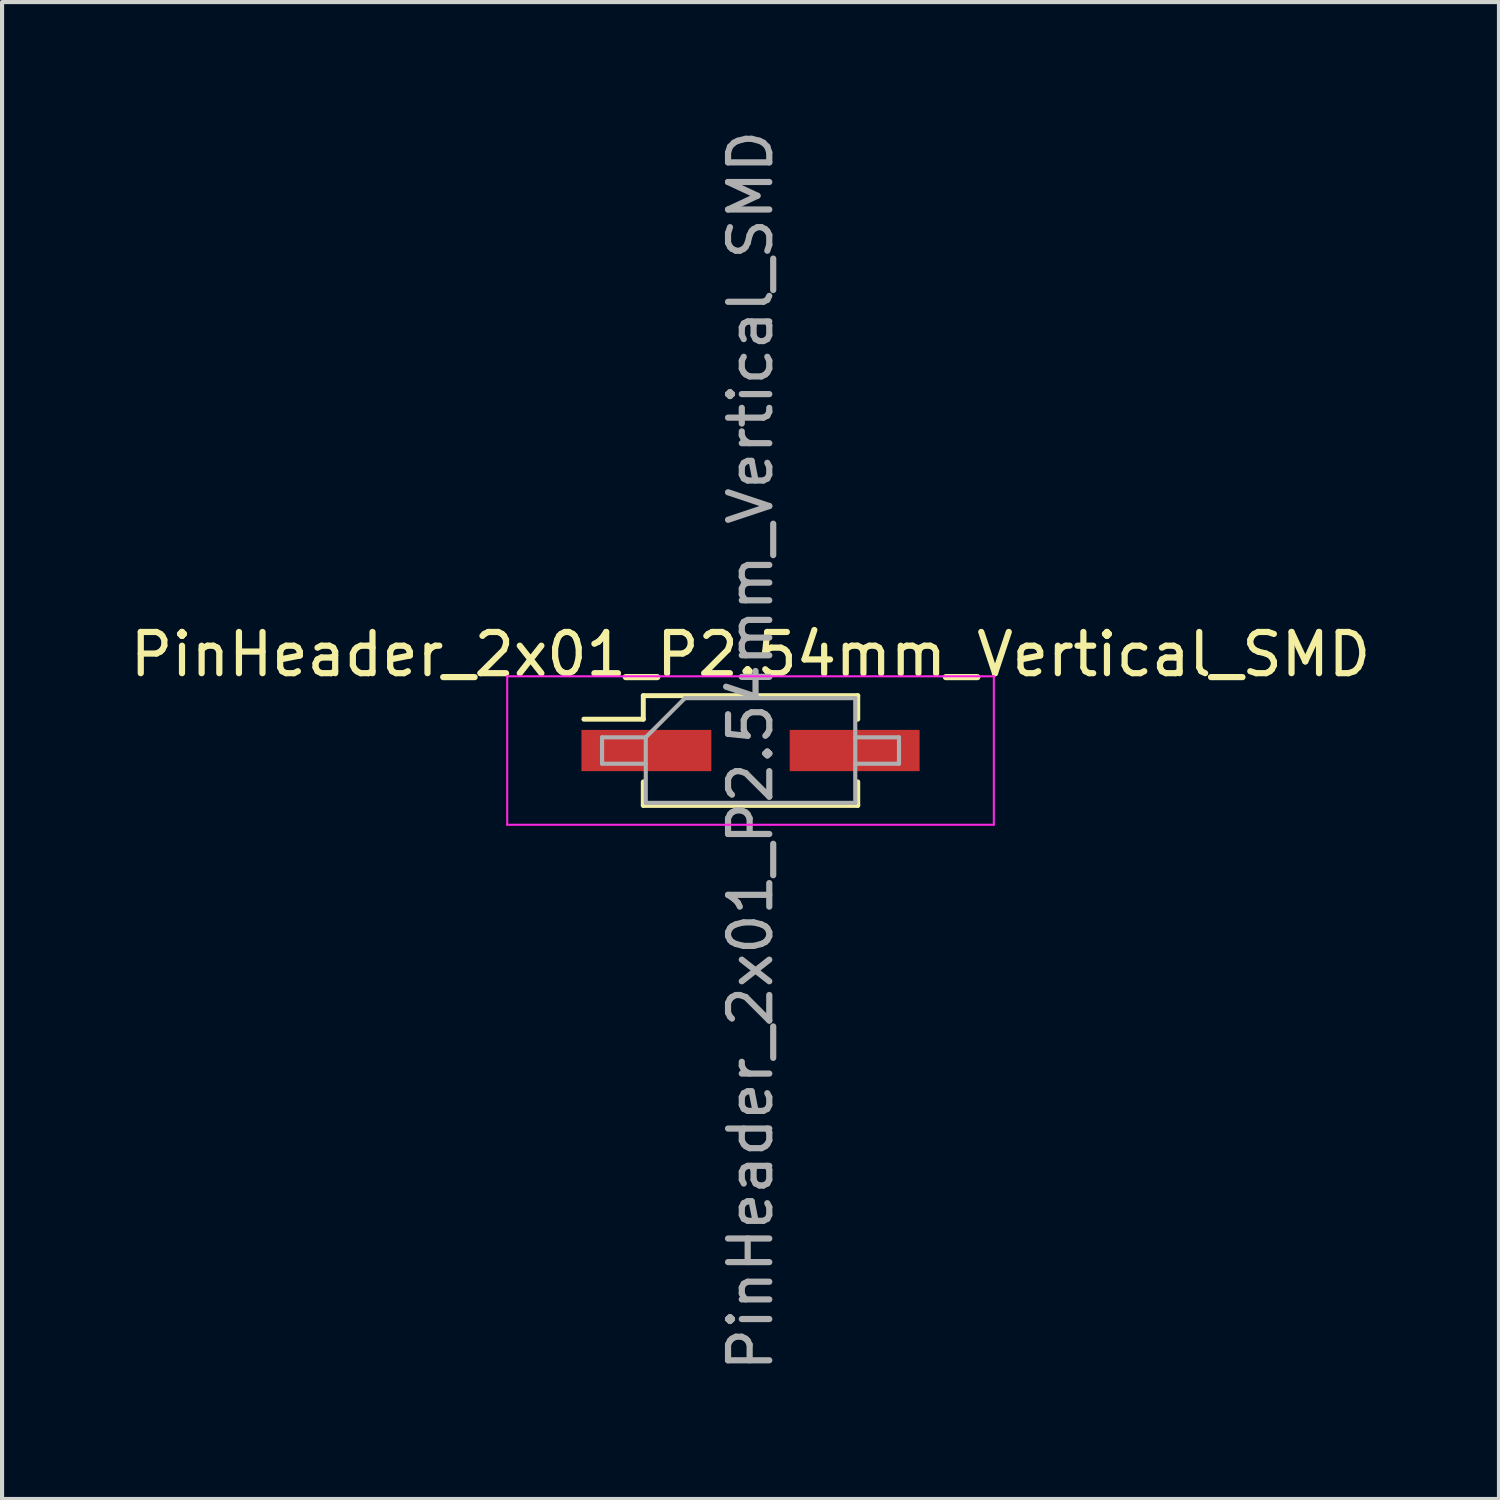
<source format=kicad_pcb>
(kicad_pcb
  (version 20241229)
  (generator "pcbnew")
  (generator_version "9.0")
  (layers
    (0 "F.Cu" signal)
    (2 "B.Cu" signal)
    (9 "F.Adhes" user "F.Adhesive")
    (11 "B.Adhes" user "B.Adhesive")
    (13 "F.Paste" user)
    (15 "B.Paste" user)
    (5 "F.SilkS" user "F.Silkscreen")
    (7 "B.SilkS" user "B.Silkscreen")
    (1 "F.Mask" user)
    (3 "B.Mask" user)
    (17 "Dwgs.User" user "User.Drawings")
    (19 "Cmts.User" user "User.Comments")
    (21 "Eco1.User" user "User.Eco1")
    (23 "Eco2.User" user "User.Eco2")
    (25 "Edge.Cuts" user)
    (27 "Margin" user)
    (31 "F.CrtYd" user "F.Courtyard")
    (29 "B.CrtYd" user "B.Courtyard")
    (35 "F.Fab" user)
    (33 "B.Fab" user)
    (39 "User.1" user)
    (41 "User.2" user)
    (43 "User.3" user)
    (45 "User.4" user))
  (footprint "PinHeader_2x01_P2.54mm_Vertical_SMD"
    (layer "F.Cu")
    (at 15.149 15.149)
    (property "Reference" "PinHeader_2x01_P2.54mm_Vertical_SMD" (at 0 -2.33 0) (layer "F.SilkS") (effects (font (size 1 1) (thickness 0.15))))
    (attr smd)
    (fp_line (start -4.04 -0.76) (end -2.6 -0.76) (stroke (width 0.12) (type solid)) (layer "F.SilkS"))
    (fp_line (start -2.6 -1.33) (end -2.6 -0.76) (stroke (width 0.12) (type solid)) (layer "F.SilkS"))
    (fp_line (start -2.6 -1.33) (end 2.6 -1.33) (stroke (width 0.12) (type solid)) (layer "F.SilkS"))
    (fp_line (start -2.6 0.76) (end -2.6 1.33) (stroke (width 0.12) (type solid)) (layer "F.SilkS"))
    (fp_line (start -2.6 1.33) (end 2.6 1.33) (stroke (width 0.12) (type solid)) (layer "F.SilkS"))
    (fp_line (start 2.6 -1.33) (end 2.6 -0.76) (stroke (width 0.12) (type solid)) (layer "F.SilkS"))
    (fp_line (start 2.6 0.76) (end 2.6 1.33) (stroke (width 0.12) (type solid)) (layer "F.SilkS"))
    (fp_line (start -5.9 -1.8) (end -5.9 1.8) (stroke (width 0.05) (type solid)) (layer "F.CrtYd"))
    (fp_line (start -5.9 1.8) (end 5.9 1.8) (stroke (width 0.05) (type solid)) (layer "F.CrtYd"))
    (fp_line (start 5.9 -1.8) (end -5.9 -1.8) (stroke (width 0.05) (type solid)) (layer "F.CrtYd"))
    (fp_line (start 5.9 1.8) (end 5.9 -1.8) (stroke (width 0.05) (type solid)) (layer "F.CrtYd"))
    (fp_line (start -3.6 -0.32) (end -3.6 0.32) (stroke (width 0.1) (type solid)) (layer "F.Fab"))
    (fp_line (start -3.6 0.32) (end -2.54 0.32) (stroke (width 0.1) (type solid)) (layer "F.Fab"))
    (fp_line (start -2.54 -0.32) (end -3.6 -0.32) (stroke (width 0.1) (type solid)) (layer "F.Fab"))
    (fp_line (start -2.54 -0.32) (end -1.59 -1.27) (stroke (width 0.1) (type solid)) (layer "F.Fab"))
    (fp_line (start -2.54 1.27) (end -2.54 -0.32) (stroke (width 0.1) (type solid)) (layer "F.Fab"))
    (fp_line (start -1.59 -1.27) (end 2.54 -1.27) (stroke (width 0.1) (type solid)) (layer "F.Fab"))
    (fp_line (start 2.54 -1.27) (end 2.54 1.27) (stroke (width 0.1) (type solid)) (layer "F.Fab"))
    (fp_line (start 2.54 -0.32) (end 3.6 -0.32) (stroke (width 0.1) (type solid)) (layer "F.Fab"))
    (fp_line (start 2.54 1.27) (end -2.54 1.27) (stroke (width 0.1) (type solid)) (layer "F.Fab"))
    (fp_line (start 3.6 -0.32) (end 3.6 0.32) (stroke (width 0.1) (type solid)) (layer "F.Fab"))
    (fp_line (start 3.6 0.32) (end 2.54 0.32) (stroke (width 0.1) (type solid)) (layer "F.Fab"))
    (fp_text user "${REFERENCE}" (at 0 0 90) (layer "F.Fab") (effects (font (size 1 1) (thickness 0.15))))
    (pad "1" smd rect (at -2.525 0) (size 3.15 1) (layers "F.Cu" "F.Mask" "F.Paste"))
    (pad "2" smd rect (at 2.525 0) (size 3.15 1) (layers "F.Cu" "F.Mask" "F.Paste")))
  (gr_rect
    (start -3 -3)
    (end 33.298 33.298)
    (stroke (width 0.1) (type default))
    (fill no)
    (layer "Edge.Cuts")))
</source>
